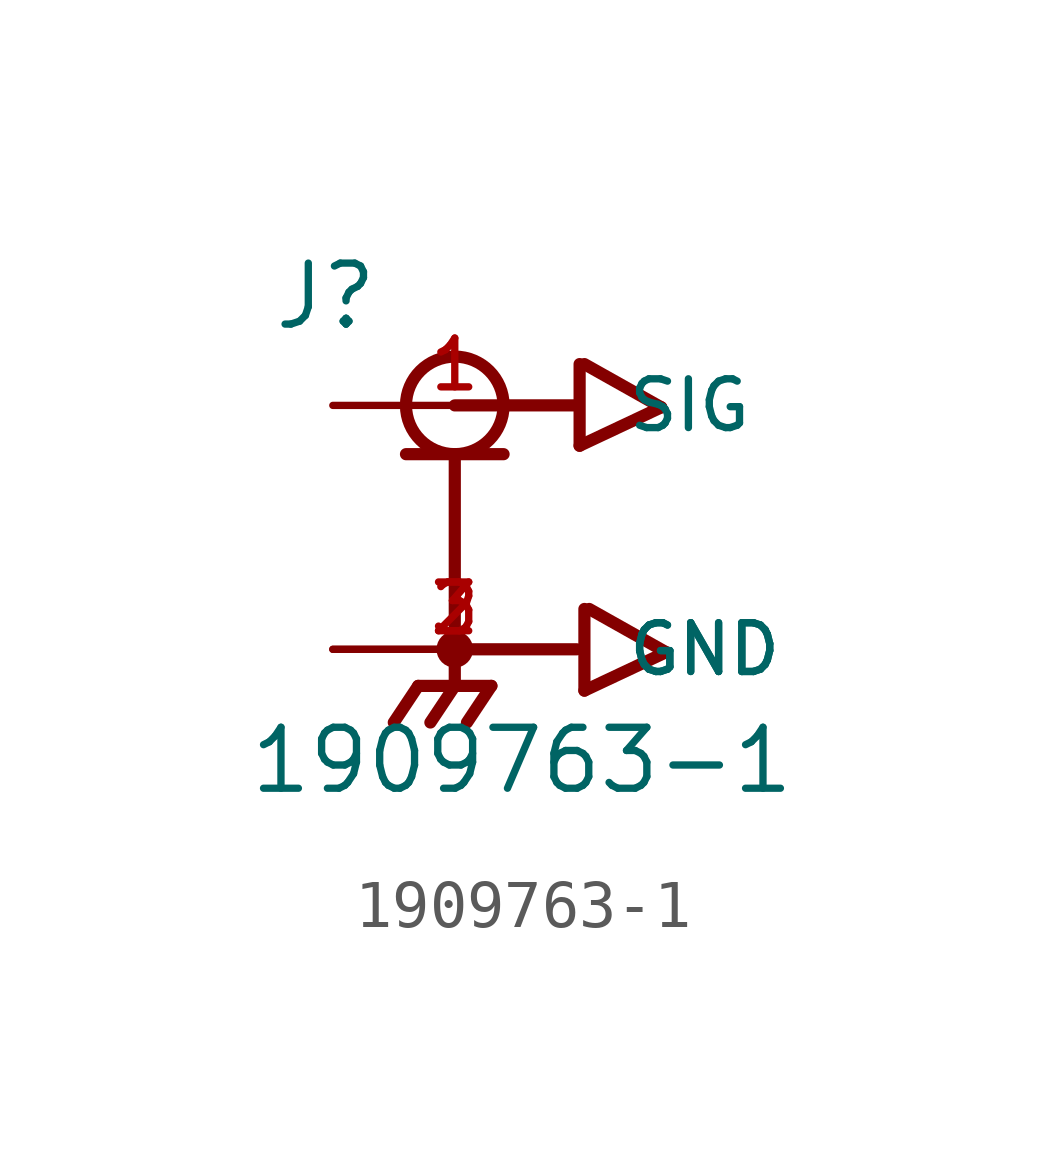
<source format=kicad_sym>
(kicad_symbol_lib
  (version 20211014)
  (generator kicad_symbol_editor)
  (symbol "1909763-1"
    (pin_names
      (offset 1.016))
    (property "Reference" "J"
      (at -3.816 4.07 0)
      (effects (font (size 1.27 1.27)) (justify bottom left)))
    (property "Value" "1909763-1"
      (at -4.325 -5.597 0)
      (effects (font (size 1.27 1.27)) (justify bottom left)))
    (symbol "1909763-1_0_0"
      (circle (center 0.0 2.54) (radius 1.016) (stroke (width 0.254)) (fill (type none)))
      (polyline (pts (xy -1.016 1.524) (xy 0.0 1.524)) (stroke (width 0.254)))
      (polyline (pts (xy 0.0 1.524) (xy 1.016 1.524)) (stroke (width 0.254)))
      (polyline (pts (xy 0.0 1.524) (xy 0.0 -2.54)) (stroke (width 0.254)))
      (circle (center 0.0 -2.54) (radius 0.254) (stroke (width 0.254)) (fill (type none)))
      (polyline (pts (xy 2.54 -2.54) (xy 0.0 -2.54)) (stroke (width 0.254)))
      (polyline (pts (xy 0.0 -2.54) (xy 0.0 -3.302)) (stroke (width 0.254)))
      (polyline (pts (xy 0.0 -3.302) (xy -0.762 -3.302)) (stroke (width 0.254)))
      (polyline (pts (xy 0.0 -3.302) (xy 0.762 -3.302)) (stroke (width 0.254)))
      (polyline (pts (xy -0.762 -3.302) (xy -1.27 -4.064)) (stroke (width 0.254)))
      (polyline (pts (xy 0.0 -3.302) (xy -0.508 -4.064)) (stroke (width 0.254)))
      (polyline (pts (xy 0.762 -3.302) (xy 0.254 -4.064)) (stroke (width 0.254)))
      (polyline (pts (xy 2.6 3.4) (xy 2.6 1.7)) (stroke (width 0.254)))
      (polyline (pts (xy 2.6 1.7) (xy 4.3 2.5)) (stroke (width 0.254)))
      (polyline (pts (xy 4.3 2.5) (xy 2.7 3.4)) (stroke (width 0.254)))
      (polyline (pts (xy 2.7 -1.7) (xy 2.7 -3.4)) (stroke (width 0.254)))
      (polyline (pts (xy 2.7 -3.4) (xy 4.4 -2.6)) (stroke (width 0.254)))
      (polyline (pts (xy 4.4 -2.6) (xy 2.8 -1.7)) (stroke (width 0.254)))
      (polyline (pts (xy 2.54 2.54) (xy 0.0 2.54)) (stroke (width 0.254)))
      (pin passive line (at -2.54 2.54 0) (length 5.08) (name "SIG" (effects (font (size 1.016 1.016)))) (number "1" (effects (font (size 1.016 1.016)))))
      (pin passive line (at -2.54 -2.54 0) (length 5.08) (name "GND" (effects (font (size 1.016 1.016)))) (number "2" (effects (font (size 1.016 1.016)))))
      (pin passive line (at -2.54 -2.54 0) (length 5.08) (name "GND" (effects (font (size 1.016 1.016)))) (number "3" (effects (font (size 1.016 1.016))))))))
</source>
